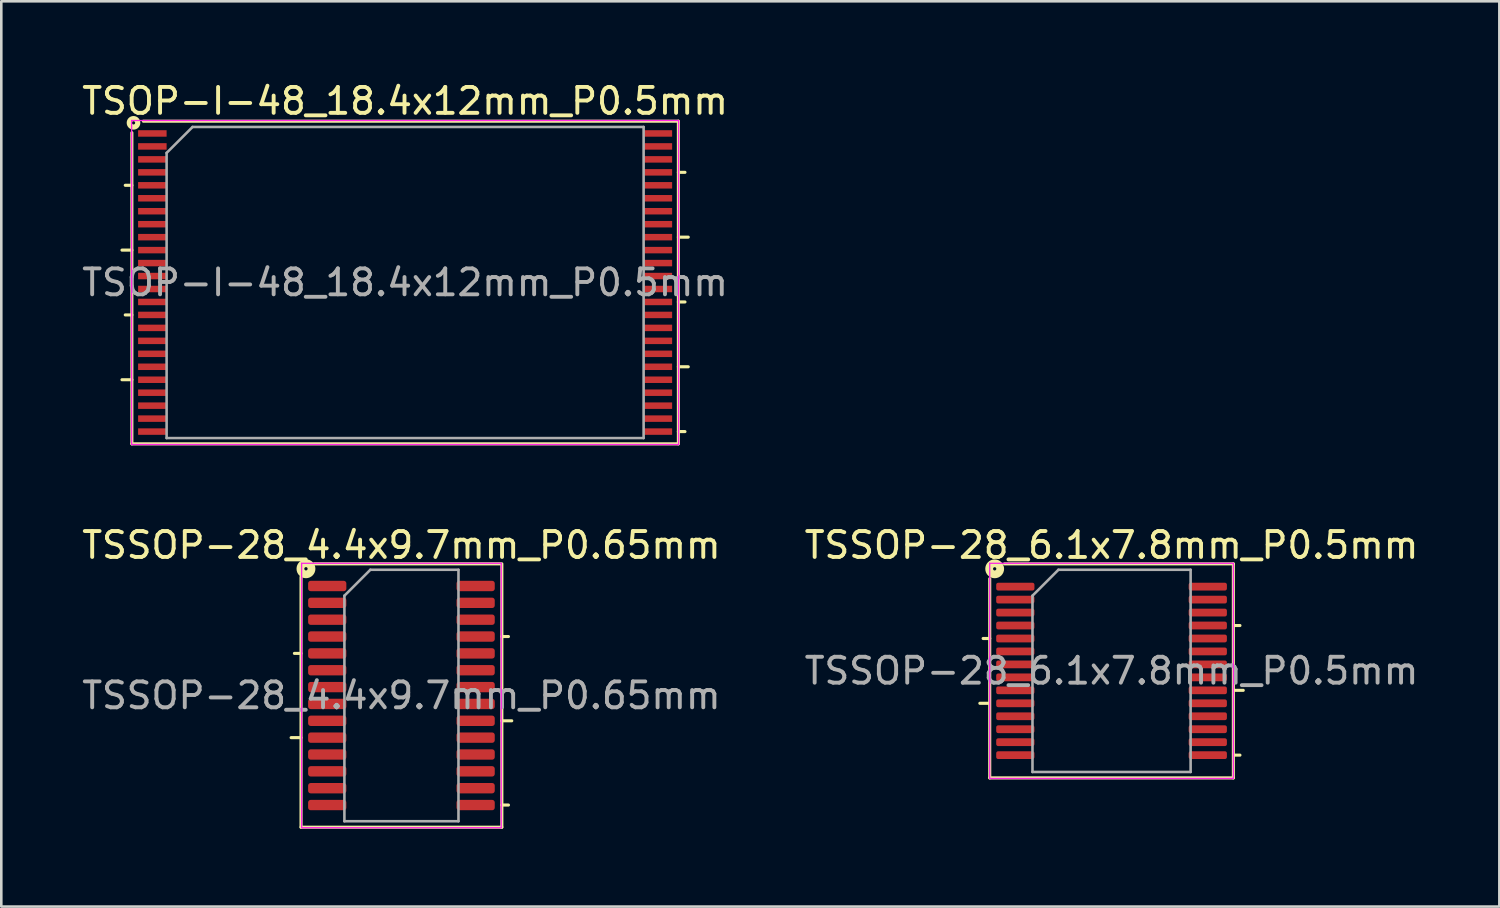
<source format=kicad_pcb>
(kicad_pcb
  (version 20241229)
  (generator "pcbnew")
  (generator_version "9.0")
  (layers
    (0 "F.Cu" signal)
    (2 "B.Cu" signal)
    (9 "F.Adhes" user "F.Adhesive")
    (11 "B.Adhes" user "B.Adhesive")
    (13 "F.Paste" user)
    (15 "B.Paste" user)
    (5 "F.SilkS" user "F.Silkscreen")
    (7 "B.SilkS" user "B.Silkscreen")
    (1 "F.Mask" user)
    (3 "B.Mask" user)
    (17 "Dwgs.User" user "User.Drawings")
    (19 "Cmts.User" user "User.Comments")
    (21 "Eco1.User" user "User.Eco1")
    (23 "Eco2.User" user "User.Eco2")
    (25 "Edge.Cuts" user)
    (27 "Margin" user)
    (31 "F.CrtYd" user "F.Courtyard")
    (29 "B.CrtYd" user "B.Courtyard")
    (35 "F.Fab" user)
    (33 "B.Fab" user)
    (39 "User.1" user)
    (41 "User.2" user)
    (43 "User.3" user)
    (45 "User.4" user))
  (footprint "TSSOP-28_6.1x7.8mm_P0.5mm"
    (layer "F.Cu")
    (at 39.827 22.829)
    (property "Reference" "TSSOP-28_6.1x7.8mm_P0.5mm" (at 0 -4.85 0) (layer "F.SilkS") (effects (font (size 1 1) (thickness 0.15))))
    (attr smd)
    (fp_line (start -5.08 1.25) (end -4.75 1.25) (stroke (width 0.12) (type solid)) (layer "F.SilkS"))
    (fp_line (start -4.953 -1.25) (end -4.699 -1.25) (stroke (width 0.12) (type solid)) (layer "F.SilkS"))
    (fp_line (start -4.699 -3.556) (end -4.699 4.128) (stroke (width 0.12) (type solid)) (layer "F.SilkS"))
    (fp_line (start -4.699 4.128) (end 4.699 4.128) (stroke (width 0.12) (type solid)) (layer "F.SilkS"))
    (fp_line (start 4.699 -4.128) (end -4.128 -4.128) (stroke (width 0.12) (type solid)) (layer "F.SilkS"))
    (fp_line (start 4.699 4.128) (end 4.699 -4.128) (stroke (width 0.12) (type solid)) (layer "F.SilkS"))
    (fp_line (start 4.953 -1.75) (end 4.75 -1.75) (stroke (width 0.12) (type solid)) (layer "F.SilkS"))
    (fp_line (start 4.953 3.25) (end 4.75 3.25) (stroke (width 0.12) (type solid)) (layer "F.SilkS"))
    (fp_line (start 5.08 0.75) (end 4.75 0.75) (stroke (width 0.12) (type solid)) (layer "F.SilkS"))
    (fp_circle (center -4.508 -3.937) (end -4.445 -3.937) (stroke (width 0.3) (type solid)) (fill no) (layer "F.SilkS"))
    (fp_line (start -4.7 -4.15) (end -4.7 4.15) (stroke (width 0.05) (type solid)) (layer "F.CrtYd"))
    (fp_line (start -4.7 4.15) (end 4.7 4.15) (stroke (width 0.05) (type solid)) (layer "F.CrtYd"))
    (fp_line (start 4.7 -4.15) (end -4.7 -4.15) (stroke (width 0.05) (type solid)) (layer "F.CrtYd"))
    (fp_line (start 4.7 4.15) (end 4.7 -4.15) (stroke (width 0.05) (type solid)) (layer "F.CrtYd"))
    (fp_line (start -3.05 -2.9) (end -2.05 -3.9) (stroke (width 0.1) (type solid)) (layer "F.Fab"))
    (fp_line (start -3.05 3.9) (end -3.05 -2.9) (stroke (width 0.1) (type solid)) (layer "F.Fab"))
    (fp_line (start -2.05 -3.9) (end 3.05 -3.9) (stroke (width 0.1) (type solid)) (layer "F.Fab"))
    (fp_line (start 3.05 -3.9) (end 3.05 3.9) (stroke (width 0.1) (type solid)) (layer "F.Fab"))
    (fp_line (start 3.05 3.9) (end -3.05 3.9) (stroke (width 0.1) (type solid)) (layer "F.Fab"))
    (fp_text user "${REFERENCE}" (at 0 0 0) (layer "F.Fab") (effects (font (size 1 1) (thickness 0.15))))
    (pad "1" smd roundrect (at -3.712 -3.25) (size 1.475 0.3) (layers "F.Cu" "F.Mask" "F.Paste") (roundrect_rratio 0.25))
    (pad "2" smd roundrect (at -3.712 -2.75) (size 1.475 0.3) (layers "F.Cu" "F.Mask" "F.Paste") (roundrect_rratio 0.25))
    (pad "3" smd roundrect (at -3.712 -2.25) (size 1.475 0.3) (layers "F.Cu" "F.Mask" "F.Paste") (roundrect_rratio 0.25))
    (pad "4" smd roundrect (at -3.712 -1.75) (size 1.475 0.3) (layers "F.Cu" "F.Mask" "F.Paste") (roundrect_rratio 0.25))
    (pad "5" smd roundrect (at -3.712 -1.25) (size 1.475 0.3) (layers "F.Cu" "F.Mask" "F.Paste") (roundrect_rratio 0.25))
    (pad "6" smd roundrect (at -3.712 -0.75) (size 1.475 0.3) (layers "F.Cu" "F.Mask" "F.Paste") (roundrect_rratio 0.25))
    (pad "7" smd roundrect (at -3.712 -0.25) (size 1.475 0.3) (layers "F.Cu" "F.Mask" "F.Paste") (roundrect_rratio 0.25))
    (pad "8" smd roundrect (at -3.712 0.25) (size 1.475 0.3) (layers "F.Cu" "F.Mask" "F.Paste") (roundrect_rratio 0.25))
    (pad "9" smd roundrect (at -3.712 0.75) (size 1.475 0.3) (layers "F.Cu" "F.Mask" "F.Paste") (roundrect_rratio 0.25))
    (pad "10" smd roundrect (at -3.712 1.25) (size 1.475 0.3) (layers "F.Cu" "F.Mask" "F.Paste") (roundrect_rratio 0.25))
    (pad "11" smd roundrect (at -3.712 1.75) (size 1.475 0.3) (layers "F.Cu" "F.Mask" "F.Paste") (roundrect_rratio 0.25))
    (pad "12" smd roundrect (at -3.712 2.25) (size 1.475 0.3) (layers "F.Cu" "F.Mask" "F.Paste") (roundrect_rratio 0.25))
    (pad "13" smd roundrect (at -3.712 2.75) (size 1.475 0.3) (layers "F.Cu" "F.Mask" "F.Paste") (roundrect_rratio 0.25))
    (pad "14" smd roundrect (at -3.712 3.25) (size 1.475 0.3) (layers "F.Cu" "F.Mask" "F.Paste") (roundrect_rratio 0.25))
    (pad "15" smd roundrect (at 3.712 3.25) (size 1.475 0.3) (layers "F.Cu" "F.Mask" "F.Paste") (roundrect_rratio 0.25))
    (pad "16" smd roundrect (at 3.712 2.75) (size 1.475 0.3) (layers "F.Cu" "F.Mask" "F.Paste") (roundrect_rratio 0.25))
    (pad "17" smd roundrect (at 3.712 2.25) (size 1.475 0.3) (layers "F.Cu" "F.Mask" "F.Paste") (roundrect_rratio 0.25))
    (pad "18" smd roundrect (at 3.712 1.75) (size 1.475 0.3) (layers "F.Cu" "F.Mask" "F.Paste") (roundrect_rratio 0.25))
    (pad "19" smd roundrect (at 3.712 1.25) (size 1.475 0.3) (layers "F.Cu" "F.Mask" "F.Paste") (roundrect_rratio 0.25))
    (pad "20" smd roundrect (at 3.712 0.75) (size 1.475 0.3) (layers "F.Cu" "F.Mask" "F.Paste") (roundrect_rratio 0.25))
    (pad "21" smd roundrect (at 3.712 0.25) (size 1.475 0.3) (layers "F.Cu" "F.Mask" "F.Paste") (roundrect_rratio 0.25))
    (pad "22" smd roundrect (at 3.712 -0.25) (size 1.475 0.3) (layers "F.Cu" "F.Mask" "F.Paste") (roundrect_rratio 0.25))
    (pad "23" smd roundrect (at 3.712 -0.75) (size 1.475 0.3) (layers "F.Cu" "F.Mask" "F.Paste") (roundrect_rratio 0.25))
    (pad "24" smd roundrect (at 3.712 -1.25) (size 1.475 0.3) (layers "F.Cu" "F.Mask" "F.Paste") (roundrect_rratio 0.25))
    (pad "25" smd roundrect (at 3.712 -1.75) (size 1.475 0.3) (layers "F.Cu" "F.Mask" "F.Paste") (roundrect_rratio 0.25))
    (pad "26" smd roundrect (at 3.712 -2.25) (size 1.475 0.3) (layers "F.Cu" "F.Mask" "F.Paste") (roundrect_rratio 0.25))
    (pad "27" smd roundrect (at 3.712 -2.75) (size 1.475 0.3) (layers "F.Cu" "F.Mask" "F.Paste") (roundrect_rratio 0.25))
    (pad "28" smd roundrect (at 3.712 -3.25) (size 1.475 0.3) (layers "F.Cu" "F.Mask" "F.Paste") (roundrect_rratio 0.25)))
  (footprint "TSOP-I-48_18.4x12mm_P0.5mm"
    (layer "F.Cu")
    (at 12.577 7.848)
    (property "Reference" "TSOP-I-48_18.4x12mm_P0.5mm" (at 0 -7 0) (layer "F.SilkS") (effects (font (size 1 1) (thickness 0.15))))
    (attr smd)
    (fp_line (start -10.922 -1.25) (end -10.541 -1.25) (stroke (width 0.12) (type solid)) (layer "F.SilkS"))
    (fp_line (start -10.922 3.75) (end -10.541 3.75) (stroke (width 0.12) (type solid)) (layer "F.SilkS"))
    (fp_line (start -10.795 1.25) (end -10.541 1.25) (stroke (width 0.12) (type solid)) (layer "F.SilkS"))
    (fp_line (start -10.541 -5.779) (end -10.541 6.223) (stroke (width 0.12) (type solid)) (layer "F.SilkS"))
    (fp_line (start -10.541 -3.75) (end -10.795 -3.75) (stroke (width 0.12) (type solid)) (layer "F.SilkS"))
    (fp_line (start -10.541 6.223) (end 10.541 6.223) (stroke (width 0.12) (type solid)) (layer "F.SilkS"))
    (fp_line (start 10.541 -6.223) (end -10.097 -6.223) (stroke (width 0.12) (type solid)) (layer "F.SilkS"))
    (fp_line (start 10.541 -4.25) (end 10.795 -4.25) (stroke (width 0.12) (type solid)) (layer "F.SilkS"))
    (fp_line (start 10.541 -1.75) (end 10.922 -1.75) (stroke (width 0.12) (type solid)) (layer "F.SilkS"))
    (fp_line (start 10.541 0.75) (end 10.795 0.75) (stroke (width 0.12) (type solid)) (layer "F.SilkS"))
    (fp_line (start 10.541 3.25) (end 10.922 3.25) (stroke (width 0.12) (type solid)) (layer "F.SilkS"))
    (fp_line (start 10.541 5.75) (end 10.795 5.75) (stroke (width 0.12) (type solid)) (layer "F.SilkS"))
    (fp_line (start 10.541 6.223) (end 10.541 -6.223) (stroke (width 0.12) (type solid)) (layer "F.SilkS"))
    (fp_circle (center -10.477 -6.16) (end -10.414 -6.16) (stroke (width 0.2) (type solid)) (fill no) (layer "F.SilkS"))
    (fp_line (start -10.55 -6.25) (end 10.55 -6.25) (stroke (width 0.05) (type solid)) (layer "F.CrtYd"))
    (fp_line (start -10.55 6.25) (end -10.55 -6.25) (stroke (width 0.05) (type solid)) (layer "F.CrtYd"))
    (fp_line (start 10.55 -6.25) (end 10.55 6.25) (stroke (width 0.05) (type solid)) (layer "F.CrtYd"))
    (fp_line (start 10.55 6.25) (end -10.55 6.25) (stroke (width 0.05) (type solid)) (layer "F.CrtYd"))
    (fp_line (start -9.2 6) (end -9.2 -5) (stroke (width 0.1) (type solid)) (layer "F.Fab"))
    (fp_line (start -8.2 -6) (end -9.2 -5) (stroke (width 0.1) (type solid)) (layer "F.Fab"))
    (fp_line (start -8.2 -6) (end 9.2 -6) (stroke (width 0.1) (type solid)) (layer "F.Fab"))
    (fp_line (start 9.2 -6) (end 9.2 6) (stroke (width 0.1) (type solid)) (layer "F.Fab"))
    (fp_line (start 9.2 6) (end -9.2 6) (stroke (width 0.1) (type solid)) (layer "F.Fab"))
    (fp_text user "${REFERENCE}" (at 0 0 0) (layer "F.Fab") (effects (font (size 1 1) (thickness 0.15))))
    (pad "1" smd rect (at -9.75 -5.75) (size 1.1 0.25) (layers "F.Cu" "F.Mask" "F.Paste"))
    (pad "2" smd rect (at -9.75 -5.25) (size 1.1 0.25) (layers "F.Cu" "F.Mask" "F.Paste"))
    (pad "3" smd rect (at -9.75 -4.75) (size 1.1 0.25) (layers "F.Cu" "F.Mask" "F.Paste"))
    (pad "4" smd rect (at -9.75 -4.25) (size 1.1 0.25) (layers "F.Cu" "F.Mask" "F.Paste"))
    (pad "5" smd rect (at -9.75 -3.75) (size 1.1 0.25) (layers "F.Cu" "F.Mask" "F.Paste"))
    (pad "6" smd rect (at -9.75 -3.25) (size 1.1 0.25) (layers "F.Cu" "F.Mask" "F.Paste"))
    (pad "7" smd rect (at -9.75 -2.75) (size 1.1 0.25) (layers "F.Cu" "F.Mask" "F.Paste"))
    (pad "8" smd rect (at -9.75 -2.25) (size 1.1 0.25) (layers "F.Cu" "F.Mask" "F.Paste"))
    (pad "9" smd rect (at -9.75 -1.75) (size 1.1 0.25) (layers "F.Cu" "F.Mask" "F.Paste"))
    (pad "10" smd rect (at -9.75 -1.25) (size 1.1 0.25) (layers "F.Cu" "F.Mask" "F.Paste"))
    (pad "11" smd rect (at -9.75 -0.75) (size 1.1 0.25) (layers "F.Cu" "F.Mask" "F.Paste"))
    (pad "12" smd rect (at -9.75 -0.25) (size 1.1 0.25) (layers "F.Cu" "F.Mask" "F.Paste"))
    (pad "13" smd rect (at -9.75 0.25) (size 1.1 0.25) (layers "F.Cu" "F.Mask" "F.Paste"))
    (pad "14" smd rect (at -9.75 0.75) (size 1.1 0.25) (layers "F.Cu" "F.Mask" "F.Paste"))
    (pad "15" smd rect (at -9.75 1.25) (size 1.1 0.25) (layers "F.Cu" "F.Mask" "F.Paste"))
    (pad "16" smd rect (at -9.75 1.75) (size 1.1 0.25) (layers "F.Cu" "F.Mask" "F.Paste"))
    (pad "17" smd rect (at -9.75 2.25) (size 1.1 0.25) (layers "F.Cu" "F.Mask" "F.Paste"))
    (pad "18" smd rect (at -9.75 2.75) (size 1.1 0.25) (layers "F.Cu" "F.Mask" "F.Paste"))
    (pad "19" smd rect (at -9.75 3.25) (size 1.1 0.25) (layers "F.Cu" "F.Mask" "F.Paste"))
    (pad "20" smd rect (at -9.75 3.75) (size 1.1 0.25) (layers "F.Cu" "F.Mask" "F.Paste"))
    (pad "21" smd rect (at -9.75 4.25) (size 1.1 0.25) (layers "F.Cu" "F.Mask" "F.Paste"))
    (pad "22" smd rect (at -9.75 4.75) (size 1.1 0.25) (layers "F.Cu" "F.Mask" "F.Paste"))
    (pad "23" smd rect (at -9.75 5.25) (size 1.1 0.25) (layers "F.Cu" "F.Mask" "F.Paste"))
    (pad "24" smd rect (at -9.75 5.75) (size 1.1 0.25) (layers "F.Cu" "F.Mask" "F.Paste"))
    (pad "25" smd rect (at 9.75 5.75) (size 1.1 0.25) (layers "F.Cu" "F.Mask" "F.Paste"))
    (pad "26" smd rect (at 9.75 5.25) (size 1.1 0.25) (layers "F.Cu" "F.Mask" "F.Paste"))
    (pad "27" smd rect (at 9.75 4.75) (size 1.1 0.25) (layers "F.Cu" "F.Mask" "F.Paste"))
    (pad "28" smd rect (at 9.75 4.25) (size 1.1 0.25) (layers "F.Cu" "F.Mask" "F.Paste"))
    (pad "29" smd rect (at 9.75 3.75) (size 1.1 0.25) (layers "F.Cu" "F.Mask" "F.Paste"))
    (pad "30" smd rect (at 9.75 3.25) (size 1.1 0.25) (layers "F.Cu" "F.Mask" "F.Paste"))
    (pad "31" smd rect (at 9.75 2.75) (size 1.1 0.25) (layers "F.Cu" "F.Mask" "F.Paste"))
    (pad "32" smd rect (at 9.75 2.25) (size 1.1 0.25) (layers "F.Cu" "F.Mask" "F.Paste"))
    (pad "33" smd rect (at 9.75 1.75) (size 1.1 0.25) (layers "F.Cu" "F.Mask" "F.Paste"))
    (pad "34" smd rect (at 9.75 1.25) (size 1.1 0.25) (layers "F.Cu" "F.Mask" "F.Paste"))
    (pad "35" smd rect (at 9.75 0.75) (size 1.1 0.25) (layers "F.Cu" "F.Mask" "F.Paste"))
    (pad "36" smd rect (at 9.75 0.25) (size 1.1 0.25) (layers "F.Cu" "F.Mask" "F.Paste"))
    (pad "37" smd rect (at 9.75 -0.25) (size 1.1 0.25) (layers "F.Cu" "F.Mask" "F.Paste"))
    (pad "38" smd rect (at 9.75 -0.75) (size 1.1 0.25) (layers "F.Cu" "F.Mask" "F.Paste"))
    (pad "39" smd rect (at 9.75 -1.25) (size 1.1 0.25) (layers "F.Cu" "F.Mask" "F.Paste"))
    (pad "40" smd rect (at 9.75 -1.75) (size 1.1 0.25) (layers "F.Cu" "F.Mask" "F.Paste"))
    (pad "41" smd rect (at 9.75 -2.25) (size 1.1 0.25) (layers "F.Cu" "F.Mask" "F.Paste"))
    (pad "42" smd rect (at 9.75 -2.75) (size 1.1 0.25) (layers "F.Cu" "F.Mask" "F.Paste"))
    (pad "43" smd rect (at 9.75 -3.25) (size 1.1 0.25) (layers "F.Cu" "F.Mask" "F.Paste"))
    (pad "44" smd rect (at 9.75 -3.75) (size 1.1 0.25) (layers "F.Cu" "F.Mask" "F.Paste"))
    (pad "45" smd rect (at 9.75 -4.25) (size 1.1 0.25) (layers "F.Cu" "F.Mask" "F.Paste"))
    (pad "46" smd rect (at 9.75 -4.75) (size 1.1 0.25) (layers "F.Cu" "F.Mask" "F.Paste"))
    (pad "47" smd rect (at 9.75 -5.25) (size 1.1 0.25) (layers "F.Cu" "F.Mask" "F.Paste"))
    (pad "48" smd rect (at 9.75 -5.75) (size 1.1 0.25) (layers "F.Cu" "F.Mask" "F.Paste")))
  (footprint "TSSOP-28_4.4x9.7mm_P0.65mm"
    (layer "F.Cu")
    (at 12.435 23.779)
    (property "Reference" "TSSOP-28_4.4x9.7mm_P0.65mm" (at 0 -5.8 0) (layer "F.SilkS") (effects (font (size 1 1) (thickness 0.15))))
    (attr smd)
    (fp_line (start -3.873 -4.572) (end -3.873 5.08) (stroke (width 0.12) (type solid)) (layer "F.SilkS"))
    (fp_line (start -3.873 -1.625) (end -4.128 -1.625) (stroke (width 0.12) (type solid)) (layer "F.SilkS"))
    (fp_line (start -3.873 1.625) (end -4.255 1.625) (stroke (width 0.12) (type solid)) (layer "F.SilkS"))
    (fp_line (start -3.873 5.08) (end 3.873 5.08) (stroke (width 0.12) (type solid)) (layer "F.SilkS"))
    (fp_line (start 3.81 -5.08) (end -3.365 -5.08) (stroke (width 0.12) (type solid)) (layer "F.SilkS"))
    (fp_line (start 3.873 -2.275) (end 4.128 -2.275) (stroke (width 0.12) (type solid)) (layer "F.SilkS"))
    (fp_line (start 3.873 0.975) (end 4.255 0.975) (stroke (width 0.12) (type solid)) (layer "F.SilkS"))
    (fp_line (start 3.873 4.225) (end 4.128 4.225) (stroke (width 0.12) (type solid)) (layer "F.SilkS"))
    (fp_line (start 3.873 5.08) (end 3.873 -5.08) (stroke (width 0.12) (type solid)) (layer "F.SilkS"))
    (fp_circle (center -3.683 -4.889) (end -3.619 -4.889) (stroke (width 0.3) (type solid)) (fill no) (layer "F.SilkS"))
    (fp_line (start -3.85 -5.1) (end -3.85 5.1) (stroke (width 0.05) (type solid)) (layer "F.CrtYd"))
    (fp_line (start -3.85 5.1) (end 3.85 5.1) (stroke (width 0.05) (type solid)) (layer "F.CrtYd"))
    (fp_line (start 3.85 -5.1) (end -3.85 -5.1) (stroke (width 0.05) (type solid)) (layer "F.CrtYd"))
    (fp_line (start 3.85 5.1) (end 3.85 -5.1) (stroke (width 0.05) (type solid)) (layer "F.CrtYd"))
    (fp_line (start -2.2 -3.85) (end -1.2 -4.85) (stroke (width 0.1) (type solid)) (layer "F.Fab"))
    (fp_line (start -2.2 4.85) (end -2.2 -3.85) (stroke (width 0.1) (type solid)) (layer "F.Fab"))
    (fp_line (start -1.2 -4.85) (end 2.2 -4.85) (stroke (width 0.1) (type solid)) (layer "F.Fab"))
    (fp_line (start 2.2 -4.85) (end 2.2 4.85) (stroke (width 0.1) (type solid)) (layer "F.Fab"))
    (fp_line (start 2.2 4.85) (end -2.2 4.85) (stroke (width 0.1) (type solid)) (layer "F.Fab"))
    (fp_text user "${REFERENCE}" (at 0 0 0) (layer "F.Fab") (effects (font (size 1 1) (thickness 0.15))))
    (pad "1" smd roundrect (at -2.862 -4.225) (size 1.475 0.4) (layers "F.Cu" "F.Mask" "F.Paste") (roundrect_rratio 0.25))
    (pad "2" smd roundrect (at -2.862 -3.575) (size 1.475 0.4) (layers "F.Cu" "F.Mask" "F.Paste") (roundrect_rratio 0.25))
    (pad "3" smd roundrect (at -2.862 -2.925) (size 1.475 0.4) (layers "F.Cu" "F.Mask" "F.Paste") (roundrect_rratio 0.25))
    (pad "4" smd roundrect (at -2.862 -2.275) (size 1.475 0.4) (layers "F.Cu" "F.Mask" "F.Paste") (roundrect_rratio 0.25))
    (pad "5" smd roundrect (at -2.862 -1.625) (size 1.475 0.4) (layers "F.Cu" "F.Mask" "F.Paste") (roundrect_rratio 0.25))
    (pad "6" smd roundrect (at -2.862 -0.975) (size 1.475 0.4) (layers "F.Cu" "F.Mask" "F.Paste") (roundrect_rratio 0.25))
    (pad "7" smd roundrect (at -2.862 -0.325) (size 1.475 0.4) (layers "F.Cu" "F.Mask" "F.Paste") (roundrect_rratio 0.25))
    (pad "8" smd roundrect (at -2.862 0.325) (size 1.475 0.4) (layers "F.Cu" "F.Mask" "F.Paste") (roundrect_rratio 0.25))
    (pad "9" smd roundrect (at -2.862 0.975) (size 1.475 0.4) (layers "F.Cu" "F.Mask" "F.Paste") (roundrect_rratio 0.25))
    (pad "10" smd roundrect (at -2.862 1.625) (size 1.475 0.4) (layers "F.Cu" "F.Mask" "F.Paste") (roundrect_rratio 0.25))
    (pad "11" smd roundrect (at -2.862 2.275) (size 1.475 0.4) (layers "F.Cu" "F.Mask" "F.Paste") (roundrect_rratio 0.25))
    (pad "12" smd roundrect (at -2.862 2.925) (size 1.475 0.4) (layers "F.Cu" "F.Mask" "F.Paste") (roundrect_rratio 0.25))
    (pad "13" smd roundrect (at -2.862 3.575) (size 1.475 0.4) (layers "F.Cu" "F.Mask" "F.Paste") (roundrect_rratio 0.25))
    (pad "14" smd roundrect (at -2.862 4.225) (size 1.475 0.4) (layers "F.Cu" "F.Mask" "F.Paste") (roundrect_rratio 0.25))
    (pad "15" smd roundrect (at 2.862 4.225) (size 1.475 0.4) (layers "F.Cu" "F.Mask" "F.Paste") (roundrect_rratio 0.25))
    (pad "16" smd roundrect (at 2.862 3.575) (size 1.475 0.4) (layers "F.Cu" "F.Mask" "F.Paste") (roundrect_rratio 0.25))
    (pad "17" smd roundrect (at 2.862 2.925) (size 1.475 0.4) (layers "F.Cu" "F.Mask" "F.Paste") (roundrect_rratio 0.25))
    (pad "18" smd roundrect (at 2.862 2.275) (size 1.475 0.4) (layers "F.Cu" "F.Mask" "F.Paste") (roundrect_rratio 0.25))
    (pad "19" smd roundrect (at 2.862 1.625) (size 1.475 0.4) (layers "F.Cu" "F.Mask" "F.Paste") (roundrect_rratio 0.25))
    (pad "20" smd roundrect (at 2.862 0.975) (size 1.475 0.4) (layers "F.Cu" "F.Mask" "F.Paste") (roundrect_rratio 0.25))
    (pad "21" smd roundrect (at 2.862 0.325) (size 1.475 0.4) (layers "F.Cu" "F.Mask" "F.Paste") (roundrect_rratio 0.25))
    (pad "22" smd roundrect (at 2.862 -0.325) (size 1.475 0.4) (layers "F.Cu" "F.Mask" "F.Paste") (roundrect_rratio 0.25))
    (pad "23" smd roundrect (at 2.862 -0.975) (size 1.475 0.4) (layers "F.Cu" "F.Mask" "F.Paste") (roundrect_rratio 0.25))
    (pad "24" smd roundrect (at 2.862 -1.625) (size 1.475 0.4) (layers "F.Cu" "F.Mask" "F.Paste") (roundrect_rratio 0.25))
    (pad "25" smd roundrect (at 2.862 -2.275) (size 1.475 0.4) (layers "F.Cu" "F.Mask" "F.Paste") (roundrect_rratio 0.25))
    (pad "26" smd roundrect (at 2.862 -2.925) (size 1.475 0.4) (layers "F.Cu" "F.Mask" "F.Paste") (roundrect_rratio 0.25))
    (pad "27" smd roundrect (at 2.862 -3.575) (size 1.475 0.4) (layers "F.Cu" "F.Mask" "F.Paste") (roundrect_rratio 0.25))
    (pad "28" smd roundrect (at 2.862 -4.225) (size 1.475 0.4) (layers "F.Cu" "F.Mask" "F.Paste") (roundrect_rratio 0.25)))
  (gr_rect
    (start -3 -3)
    (end 54.786 31.919)
    (stroke (width 0.1) (type default))
    (fill no)
    (layer "Edge.Cuts")))
</source>
